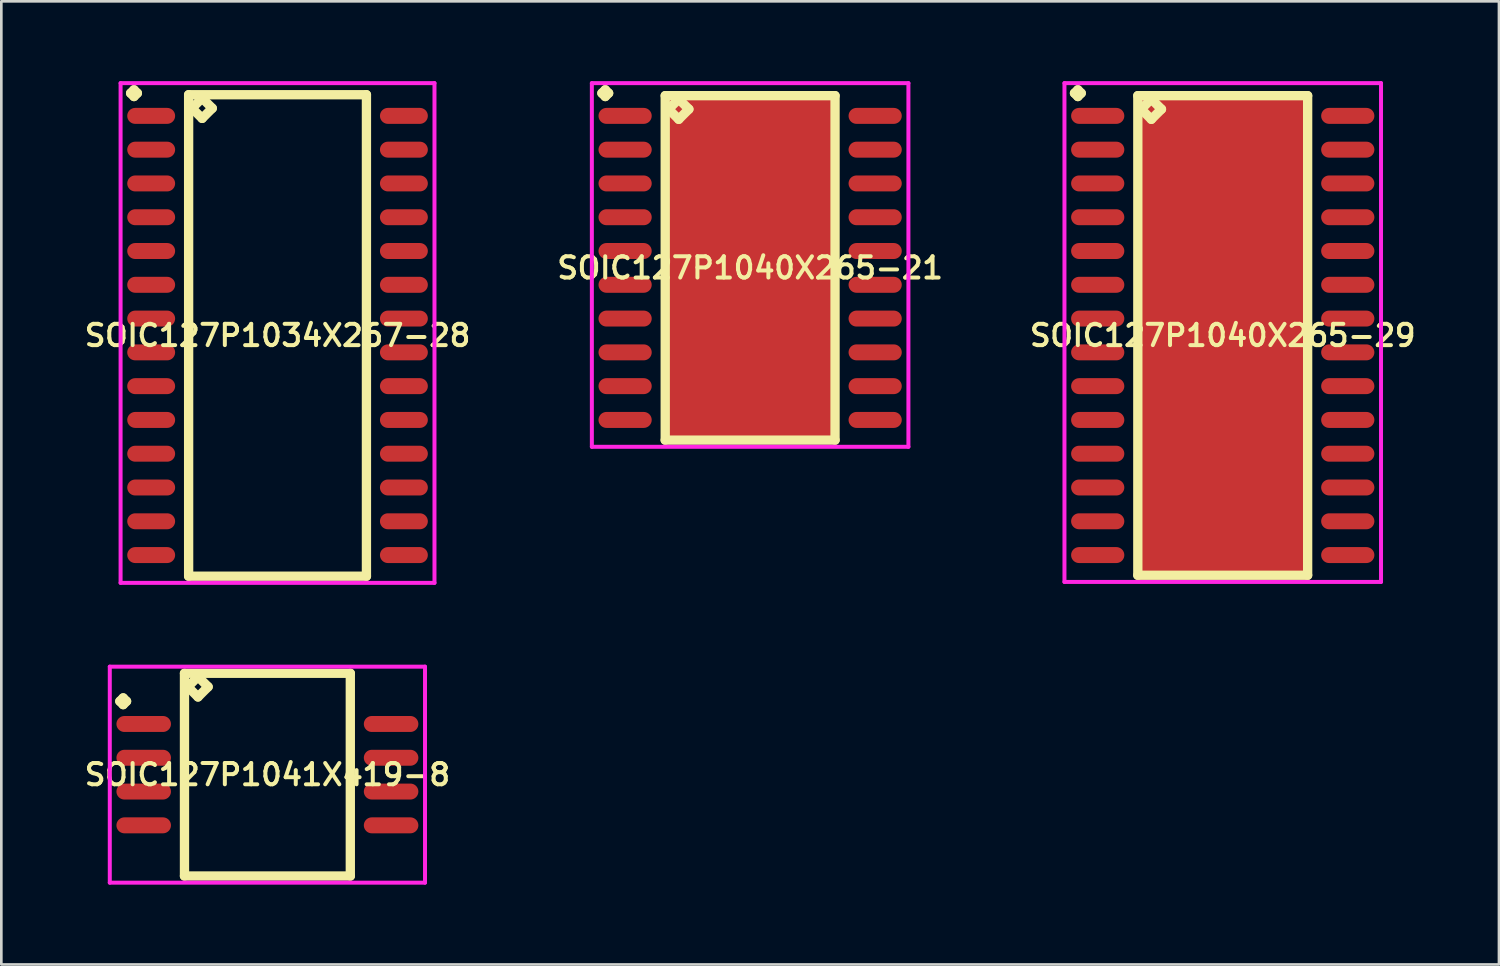
<source format=kicad_pcb>
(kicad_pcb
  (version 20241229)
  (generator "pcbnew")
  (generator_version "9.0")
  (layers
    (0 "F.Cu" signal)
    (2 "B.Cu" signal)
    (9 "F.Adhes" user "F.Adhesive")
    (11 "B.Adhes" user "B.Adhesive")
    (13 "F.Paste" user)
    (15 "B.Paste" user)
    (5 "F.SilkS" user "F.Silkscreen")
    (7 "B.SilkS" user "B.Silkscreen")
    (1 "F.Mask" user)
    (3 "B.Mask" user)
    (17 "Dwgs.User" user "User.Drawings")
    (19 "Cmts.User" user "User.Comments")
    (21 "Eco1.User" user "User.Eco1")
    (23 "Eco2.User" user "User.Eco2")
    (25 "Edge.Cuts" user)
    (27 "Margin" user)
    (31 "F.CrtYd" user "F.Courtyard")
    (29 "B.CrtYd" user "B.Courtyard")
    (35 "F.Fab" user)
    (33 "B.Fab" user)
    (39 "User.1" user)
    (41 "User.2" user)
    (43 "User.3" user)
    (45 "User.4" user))
  (footprint "SOIC127P1040X265-29"
    (layer "F.Cu")
    (at 42.915 9.561)
    (property "Reference" "SOIC127P1040X265-29" (at 0 0 0) (layer "F.SilkS") (effects (font (size 0.8 0.8) (thickness 0.15))))
    (attr smd)
    (fp_line (start -5.573 -9.109) (end -5.446 -9.236) (stroke (width 0.35) (type solid)) (layer "F.SilkS"))
    (fp_line (start -5.446 -9.236) (end -5.319 -9.109) (stroke (width 0.35) (type solid)) (layer "F.SilkS"))
    (fp_line (start -5.446 -8.982) (end -5.573 -9.109) (stroke (width 0.35) (type solid)) (layer "F.SilkS"))
    (fp_line (start -5.319 -9.109) (end -5.446 -8.982) (stroke (width 0.35) (type solid)) (layer "F.SilkS"))
    (fp_line (start -3.192 -9.015) (end -3.192 9.015) (stroke (width 0.35) (type solid)) (layer "F.SilkS"))
    (fp_line (start -3.192 9.015) (end 3.192 9.015) (stroke (width 0.35) (type solid)) (layer "F.SilkS"))
    (fp_line (start -3.065 -8.507) (end -2.684 -8.888) (stroke (width 0.35) (type solid)) (layer "F.SilkS"))
    (fp_line (start -2.684 -8.888) (end -2.303 -8.507) (stroke (width 0.35) (type solid)) (layer "F.SilkS"))
    (fp_line (start -2.684 -8.126) (end -3.065 -8.507) (stroke (width 0.35) (type solid)) (layer "F.SilkS"))
    (fp_line (start -2.303 -8.507) (end -2.684 -8.126) (stroke (width 0.35) (type solid)) (layer "F.SilkS"))
    (fp_line (start 3.192 -9.015) (end -3.192 -9.015) (stroke (width 0.35) (type solid)) (layer "F.SilkS"))
    (fp_line (start 3.192 9.015) (end 3.192 -9.015) (stroke (width 0.35) (type solid)) (layer "F.SilkS"))
    (fp_line (start -5.95 -9.486) (end 5.95 -9.486) (stroke (width 0.15) (type solid)) (layer "F.CrtYd"))
    (fp_line (start -5.95 9.265) (end -5.95 -9.486) (stroke (width 0.15) (type solid)) (layer "F.CrtYd"))
    (fp_line (start 5.95 -9.486) (end 5.95 9.265) (stroke (width 0.15) (type solid)) (layer "F.CrtYd"))
    (fp_line (start 5.95 9.265) (end -5.95 9.265) (stroke (width 0.15) (type solid)) (layer "F.CrtYd"))
    (pad "1" smd oval (at -4.7 -8.255) (size 2 0.6) (layers "F.Cu" "F.Mask" "F.Paste"))
    (pad "2" smd oval (at -4.7 -6.985) (size 2 0.6) (layers "F.Cu" "F.Mask" "F.Paste"))
    (pad "3" smd oval (at -4.7 -5.715) (size 2 0.6) (layers "F.Cu" "F.Mask" "F.Paste"))
    (pad "4" smd oval (at -4.7 -4.445) (size 2 0.6) (layers "F.Cu" "F.Mask" "F.Paste"))
    (pad "5" smd oval (at -4.7 -3.175) (size 2 0.6) (layers "F.Cu" "F.Mask" "F.Paste"))
    (pad "6" smd oval (at -4.7 -1.905) (size 2 0.6) (layers "F.Cu" "F.Mask" "F.Paste"))
    (pad "7" smd oval (at -4.7 -0.635) (size 2 0.6) (layers "F.Cu" "F.Mask" "F.Paste"))
    (pad "8" smd oval (at -4.7 0.635) (size 2 0.6) (layers "F.Cu" "F.Mask" "F.Paste"))
    (pad "9" smd oval (at -4.7 1.905) (size 2 0.6) (layers "F.Cu" "F.Mask" "F.Paste"))
    (pad "10" smd oval (at -4.7 3.175) (size 2 0.6) (layers "F.Cu" "F.Mask" "F.Paste"))
    (pad "11" smd oval (at -4.7 4.445) (size 2 0.6) (layers "F.Cu" "F.Mask" "F.Paste"))
    (pad "12" smd oval (at -4.7 5.715) (size 2 0.6) (layers "F.Cu" "F.Mask" "F.Paste"))
    (pad "13" smd oval (at -4.7 6.985) (size 2 0.6) (layers "F.Cu" "F.Mask" "F.Paste"))
    (pad "14" smd oval (at -4.7 8.255) (size 2 0.6) (layers "F.Cu" "F.Mask" "F.Paste"))
    (pad "15" smd oval (at 4.7 8.255) (size 2 0.6) (layers "F.Cu" "F.Mask" "F.Paste"))
    (pad "16" smd oval (at 4.7 6.985) (size 2 0.6) (layers "F.Cu" "F.Mask" "F.Paste"))
    (pad "17" smd oval (at 4.7 5.715) (size 2 0.6) (layers "F.Cu" "F.Mask" "F.Paste"))
    (pad "18" smd oval (at 4.7 4.445) (size 2 0.6) (layers "F.Cu" "F.Mask" "F.Paste"))
    (pad "19" smd oval (at 4.7 3.175) (size 2 0.6) (layers "F.Cu" "F.Mask" "F.Paste"))
    (pad "20" smd oval (at 4.7 1.905) (size 2 0.6) (layers "F.Cu" "F.Mask" "F.Paste"))
    (pad "21" smd oval (at 4.7 0.635) (size 2 0.6) (layers "F.Cu" "F.Mask" "F.Paste"))
    (pad "22" smd oval (at 4.7 -0.635) (size 2 0.6) (layers "F.Cu" "F.Mask" "F.Paste"))
    (pad "23" smd oval (at 4.7 -1.905) (size 2 0.6) (layers "F.Cu" "F.Mask" "F.Paste"))
    (pad "24" smd oval (at 4.7 -3.175) (size 2 0.6) (layers "F.Cu" "F.Mask" "F.Paste"))
    (pad "25" smd oval (at 4.7 -4.445) (size 2 0.6) (layers "F.Cu" "F.Mask" "F.Paste"))
    (pad "26" smd oval (at 4.7 -5.715) (size 2 0.6) (layers "F.Cu" "F.Mask" "F.Paste"))
    (pad "27" smd oval (at 4.7 -6.985) (size 2 0.6) (layers "F.Cu" "F.Mask" "F.Paste"))
    (pad "28" smd oval (at 4.7 -8.255) (size 2 0.6) (layers "F.Cu" "F.Mask" "F.Paste"))
    (pad "29" smd rect (at 0 0) (size 6.2 18) (layers "F.Cu" "F.Mask" "F.Paste")))
  (footprint "SOIC127P1040X265-21"
    (layer "F.Cu")
    (at 25.149 7.021)
    (property "Reference" "SOIC127P1040X265-21" (at 0 0 0) (layer "F.SilkS") (effects (font (size 0.8 0.8) (thickness 0.15))))
    (attr smd)
    (fp_line (start -5.573 -6.569) (end -5.446 -6.696) (stroke (width 0.35) (type solid)) (layer "F.SilkS"))
    (fp_line (start -5.446 -6.696) (end -5.319 -6.569) (stroke (width 0.35) (type solid)) (layer "F.SilkS"))
    (fp_line (start -5.446 -6.442) (end -5.573 -6.569) (stroke (width 0.35) (type solid)) (layer "F.SilkS"))
    (fp_line (start -5.319 -6.569) (end -5.446 -6.442) (stroke (width 0.35) (type solid)) (layer "F.SilkS"))
    (fp_line (start -3.192 -6.475) (end -3.192 6.475) (stroke (width 0.35) (type solid)) (layer "F.SilkS"))
    (fp_line (start -3.192 6.475) (end 3.192 6.475) (stroke (width 0.35) (type solid)) (layer "F.SilkS"))
    (fp_line (start -3.065 -5.967) (end -2.684 -6.348) (stroke (width 0.35) (type solid)) (layer "F.SilkS"))
    (fp_line (start -2.684 -6.348) (end -2.303 -5.967) (stroke (width 0.35) (type solid)) (layer "F.SilkS"))
    (fp_line (start -2.684 -5.586) (end -3.065 -5.967) (stroke (width 0.35) (type solid)) (layer "F.SilkS"))
    (fp_line (start -2.303 -5.967) (end -2.684 -5.586) (stroke (width 0.35) (type solid)) (layer "F.SilkS"))
    (fp_line (start 3.192 -6.475) (end -3.192 -6.475) (stroke (width 0.35) (type solid)) (layer "F.SilkS"))
    (fp_line (start 3.192 6.475) (end 3.192 -6.475) (stroke (width 0.35) (type solid)) (layer "F.SilkS"))
    (fp_line (start -5.95 -6.946) (end 5.95 -6.946) (stroke (width 0.15) (type solid)) (layer "F.CrtYd"))
    (fp_line (start -5.95 6.725) (end -5.95 -6.946) (stroke (width 0.15) (type solid)) (layer "F.CrtYd"))
    (fp_line (start 5.95 -6.946) (end 5.95 6.725) (stroke (width 0.15) (type solid)) (layer "F.CrtYd"))
    (fp_line (start 5.95 6.725) (end -5.95 6.725) (stroke (width 0.15) (type solid)) (layer "F.CrtYd"))
    (pad "1" smd oval (at -4.7 -5.715) (size 2 0.6) (layers "F.Cu" "F.Mask" "F.Paste"))
    (pad "2" smd oval (at -4.7 -4.445) (size 2 0.6) (layers "F.Cu" "F.Mask" "F.Paste"))
    (pad "3" smd oval (at -4.7 -3.175) (size 2 0.6) (layers "F.Cu" "F.Mask" "F.Paste"))
    (pad "4" smd oval (at -4.7 -1.905) (size 2 0.6) (layers "F.Cu" "F.Mask" "F.Paste"))
    (pad "5" smd oval (at -4.7 -0.635) (size 2 0.6) (layers "F.Cu" "F.Mask" "F.Paste"))
    (pad "6" smd oval (at -4.7 0.635) (size 2 0.6) (layers "F.Cu" "F.Mask" "F.Paste"))
    (pad "7" smd oval (at -4.7 1.905) (size 2 0.6) (layers "F.Cu" "F.Mask" "F.Paste"))
    (pad "8" smd oval (at -4.7 3.175) (size 2 0.6) (layers "F.Cu" "F.Mask" "F.Paste"))
    (pad "9" smd oval (at -4.7 4.445) (size 2 0.6) (layers "F.Cu" "F.Mask" "F.Paste"))
    (pad "10" smd oval (at -4.7 5.715) (size 2 0.6) (layers "F.Cu" "F.Mask" "F.Paste"))
    (pad "11" smd oval (at 4.7 5.715) (size 2 0.6) (layers "F.Cu" "F.Mask" "F.Paste"))
    (pad "12" smd oval (at 4.7 4.445) (size 2 0.6) (layers "F.Cu" "F.Mask" "F.Paste"))
    (pad "13" smd oval (at 4.7 3.175) (size 2 0.6) (layers "F.Cu" "F.Mask" "F.Paste"))
    (pad "14" smd oval (at 4.7 1.905) (size 2 0.6) (layers "F.Cu" "F.Mask" "F.Paste"))
    (pad "15" smd oval (at 4.7 0.635) (size 2 0.6) (layers "F.Cu" "F.Mask" "F.Paste"))
    (pad "16" smd oval (at 4.7 -0.635) (size 2 0.6) (layers "F.Cu" "F.Mask" "F.Paste"))
    (pad "17" smd oval (at 4.7 -1.905) (size 2 0.6) (layers "F.Cu" "F.Mask" "F.Paste"))
    (pad "18" smd oval (at 4.7 -3.175) (size 2 0.6) (layers "F.Cu" "F.Mask" "F.Paste"))
    (pad "19" smd oval (at 4.7 -4.445) (size 2 0.6) (layers "F.Cu" "F.Mask" "F.Paste"))
    (pad "20" smd oval (at 4.7 -5.715) (size 2 0.6) (layers "F.Cu" "F.Mask" "F.Paste"))
    (pad "21" smd rect (at 0 0) (size 6.2 12.95) (layers "F.Cu" "F.Mask" "F.Paste")))
  (footprint "SOIC127P1034X267-28"
    (layer "F.Cu")
    (at 7.383 9.561)
    (property "Reference" "SOIC127P1034X267-28" (at 0 0 0) (layer "F.SilkS") (effects (font (size 0.8 0.8) (thickness 0.15))))
    (attr smd)
    (fp_line (start -5.523 -9.109) (end -5.396 -9.236) (stroke (width 0.35) (type solid)) (layer "F.SilkS"))
    (fp_line (start -5.396 -9.236) (end -5.269 -9.109) (stroke (width 0.35) (type solid)) (layer "F.SilkS"))
    (fp_line (start -5.396 -8.982) (end -5.523 -9.109) (stroke (width 0.35) (type solid)) (layer "F.SilkS"))
    (fp_line (start -5.269 -9.109) (end -5.396 -8.982) (stroke (width 0.35) (type solid)) (layer "F.SilkS"))
    (fp_line (start -3.342 -9.05) (end -3.342 9.05) (stroke (width 0.35) (type solid)) (layer "F.SilkS"))
    (fp_line (start -3.342 9.05) (end 3.342 9.05) (stroke (width 0.35) (type solid)) (layer "F.SilkS"))
    (fp_line (start -3.215 -8.542) (end -2.834 -8.923) (stroke (width 0.35) (type solid)) (layer "F.SilkS"))
    (fp_line (start -2.834 -8.923) (end -2.453 -8.542) (stroke (width 0.35) (type solid)) (layer "F.SilkS"))
    (fp_line (start -2.834 -8.161) (end -3.215 -8.542) (stroke (width 0.35) (type solid)) (layer "F.SilkS"))
    (fp_line (start -2.453 -8.542) (end -2.834 -8.161) (stroke (width 0.35) (type solid)) (layer "F.SilkS"))
    (fp_line (start 3.342 -9.05) (end -3.342 -9.05) (stroke (width 0.35) (type solid)) (layer "F.SilkS"))
    (fp_line (start 3.342 9.05) (end 3.342 -9.05) (stroke (width 0.35) (type solid)) (layer "F.SilkS"))
    (fp_line (start -5.9 -9.486) (end 5.9 -9.486) (stroke (width 0.15) (type solid)) (layer "F.CrtYd"))
    (fp_line (start -5.9 9.3) (end -5.9 -9.486) (stroke (width 0.15) (type solid)) (layer "F.CrtYd"))
    (fp_line (start 5.9 -9.486) (end 5.9 9.3) (stroke (width 0.15) (type solid)) (layer "F.CrtYd"))
    (fp_line (start 5.9 9.3) (end -5.9 9.3) (stroke (width 0.15) (type solid)) (layer "F.CrtYd"))
    (pad "1" smd oval (at -4.75 -8.255) (size 1.8 0.6) (layers "F.Cu" "F.Mask" "F.Paste"))
    (pad "2" smd oval (at -4.75 -6.985) (size 1.8 0.6) (layers "F.Cu" "F.Mask" "F.Paste"))
    (pad "3" smd oval (at -4.75 -5.715) (size 1.8 0.6) (layers "F.Cu" "F.Mask" "F.Paste"))
    (pad "4" smd oval (at -4.75 -4.445) (size 1.8 0.6) (layers "F.Cu" "F.Mask" "F.Paste"))
    (pad "5" smd oval (at -4.75 -3.175) (size 1.8 0.6) (layers "F.Cu" "F.Mask" "F.Paste"))
    (pad "6" smd oval (at -4.75 -1.905) (size 1.8 0.6) (layers "F.Cu" "F.Mask" "F.Paste"))
    (pad "7" smd oval (at -4.75 -0.635) (size 1.8 0.6) (layers "F.Cu" "F.Mask" "F.Paste"))
    (pad "8" smd oval (at -4.75 0.635) (size 1.8 0.6) (layers "F.Cu" "F.Mask" "F.Paste"))
    (pad "9" smd oval (at -4.75 1.905) (size 1.8 0.6) (layers "F.Cu" "F.Mask" "F.Paste"))
    (pad "10" smd oval (at -4.75 3.175) (size 1.8 0.6) (layers "F.Cu" "F.Mask" "F.Paste"))
    (pad "11" smd oval (at -4.75 4.445) (size 1.8 0.6) (layers "F.Cu" "F.Mask" "F.Paste"))
    (pad "12" smd oval (at -4.75 5.715) (size 1.8 0.6) (layers "F.Cu" "F.Mask" "F.Paste"))
    (pad "13" smd oval (at -4.75 6.985) (size 1.8 0.6) (layers "F.Cu" "F.Mask" "F.Paste"))
    (pad "14" smd oval (at -4.75 8.255) (size 1.8 0.6) (layers "F.Cu" "F.Mask" "F.Paste"))
    (pad "15" smd oval (at 4.75 8.255) (size 1.8 0.6) (layers "F.Cu" "F.Mask" "F.Paste"))
    (pad "16" smd oval (at 4.75 6.985) (size 1.8 0.6) (layers "F.Cu" "F.Mask" "F.Paste"))
    (pad "17" smd oval (at 4.75 5.715) (size 1.8 0.6) (layers "F.Cu" "F.Mask" "F.Paste"))
    (pad "18" smd oval (at 4.75 4.445) (size 1.8 0.6) (layers "F.Cu" "F.Mask" "F.Paste"))
    (pad "19" smd oval (at 4.75 3.175) (size 1.8 0.6) (layers "F.Cu" "F.Mask" "F.Paste"))
    (pad "20" smd oval (at 4.75 1.905) (size 1.8 0.6) (layers "F.Cu" "F.Mask" "F.Paste"))
    (pad "21" smd oval (at 4.75 0.635) (size 1.8 0.6) (layers "F.Cu" "F.Mask" "F.Paste"))
    (pad "22" smd oval (at 4.75 -0.635) (size 1.8 0.6) (layers "F.Cu" "F.Mask" "F.Paste"))
    (pad "23" smd oval (at 4.75 -1.905) (size 1.8 0.6) (layers "F.Cu" "F.Mask" "F.Paste"))
    (pad "24" smd oval (at 4.75 -3.175) (size 1.8 0.6) (layers "F.Cu" "F.Mask" "F.Paste"))
    (pad "25" smd oval (at 4.75 -4.445) (size 1.8 0.6) (layers "F.Cu" "F.Mask" "F.Paste"))
    (pad "26" smd oval (at 4.75 -5.715) (size 1.8 0.6) (layers "F.Cu" "F.Mask" "F.Paste"))
    (pad "27" smd oval (at 4.75 -6.985) (size 1.8 0.6) (layers "F.Cu" "F.Mask" "F.Paste"))
    (pad "28" smd oval (at 4.75 -8.255) (size 1.8 0.6) (layers "F.Cu" "F.Mask" "F.Paste")))
  (footprint "SOIC127P1041X419-8"
    (layer "F.Cu")
    (at 7.002 26.071)
    (property "Reference" "SOIC127P1041X419-8" (at 0 0 0) (layer "F.SilkS") (effects (font (size 0.8 0.8) (thickness 0.15))))
    (attr smd)
    (fp_line (start -5.548 -2.759) (end -5.421 -2.886) (stroke (width 0.35) (type solid)) (layer "F.SilkS"))
    (fp_line (start -5.421 -2.886) (end -5.294 -2.759) (stroke (width 0.35) (type solid)) (layer "F.SilkS"))
    (fp_line (start -5.421 -2.632) (end -5.548 -2.759) (stroke (width 0.35) (type solid)) (layer "F.SilkS"))
    (fp_line (start -5.294 -2.759) (end -5.421 -2.632) (stroke (width 0.35) (type solid)) (layer "F.SilkS"))
    (fp_line (start -3.117 -3.81) (end -3.117 3.81) (stroke (width 0.35) (type solid)) (layer "F.SilkS"))
    (fp_line (start -3.117 3.81) (end 3.117 3.81) (stroke (width 0.35) (type solid)) (layer "F.SilkS"))
    (fp_line (start -2.99 -3.302) (end -2.609 -3.683) (stroke (width 0.35) (type solid)) (layer "F.SilkS"))
    (fp_line (start -2.609 -3.683) (end -2.228 -3.302) (stroke (width 0.35) (type solid)) (layer "F.SilkS"))
    (fp_line (start -2.609 -2.921) (end -2.99 -3.302) (stroke (width 0.35) (type solid)) (layer "F.SilkS"))
    (fp_line (start -2.228 -3.302) (end -2.609 -2.921) (stroke (width 0.35) (type solid)) (layer "F.SilkS"))
    (fp_line (start 3.117 -3.81) (end -3.117 -3.81) (stroke (width 0.35) (type solid)) (layer "F.SilkS"))
    (fp_line (start 3.117 3.81) (end 3.117 -3.81) (stroke (width 0.35) (type solid)) (layer "F.SilkS"))
    (fp_line (start -5.925 -4.06) (end 5.925 -4.06) (stroke (width 0.15) (type solid)) (layer "F.CrtYd"))
    (fp_line (start -5.925 4.06) (end -5.925 -4.06) (stroke (width 0.15) (type solid)) (layer "F.CrtYd"))
    (fp_line (start 5.925 -4.06) (end 5.925 4.06) (stroke (width 0.15) (type solid)) (layer "F.CrtYd"))
    (fp_line (start 5.925 4.06) (end -5.925 4.06) (stroke (width 0.15) (type solid)) (layer "F.CrtYd"))
    (pad "1" smd oval (at -4.65 -1.905) (size 2.05 0.6) (layers "F.Cu" "F.Mask" "F.Paste"))
    (pad "2" smd oval (at -4.65 -0.635) (size 2.05 0.6) (layers "F.Cu" "F.Mask" "F.Paste"))
    (pad "3" smd oval (at -4.65 0.635) (size 2.05 0.6) (layers "F.Cu" "F.Mask" "F.Paste"))
    (pad "4" smd oval (at -4.65 1.905) (size 2.05 0.6) (layers "F.Cu" "F.Mask" "F.Paste"))
    (pad "5" smd oval (at 4.65 1.905) (size 2.05 0.6) (layers "F.Cu" "F.Mask" "F.Paste"))
    (pad "6" smd oval (at 4.65 0.635) (size 2.05 0.6) (layers "F.Cu" "F.Mask" "F.Paste"))
    (pad "7" smd oval (at 4.65 -0.635) (size 2.05 0.6) (layers "F.Cu" "F.Mask" "F.Paste"))
    (pad "8" smd oval (at 4.65 -1.905) (size 2.05 0.6) (layers "F.Cu" "F.Mask" "F.Paste")))
  (gr_rect
    (start -3 -3)
    (end 53.299 33.206)
    (stroke (width 0.1) (type default))
    (fill no)
    (layer "Edge.Cuts")))
</source>
